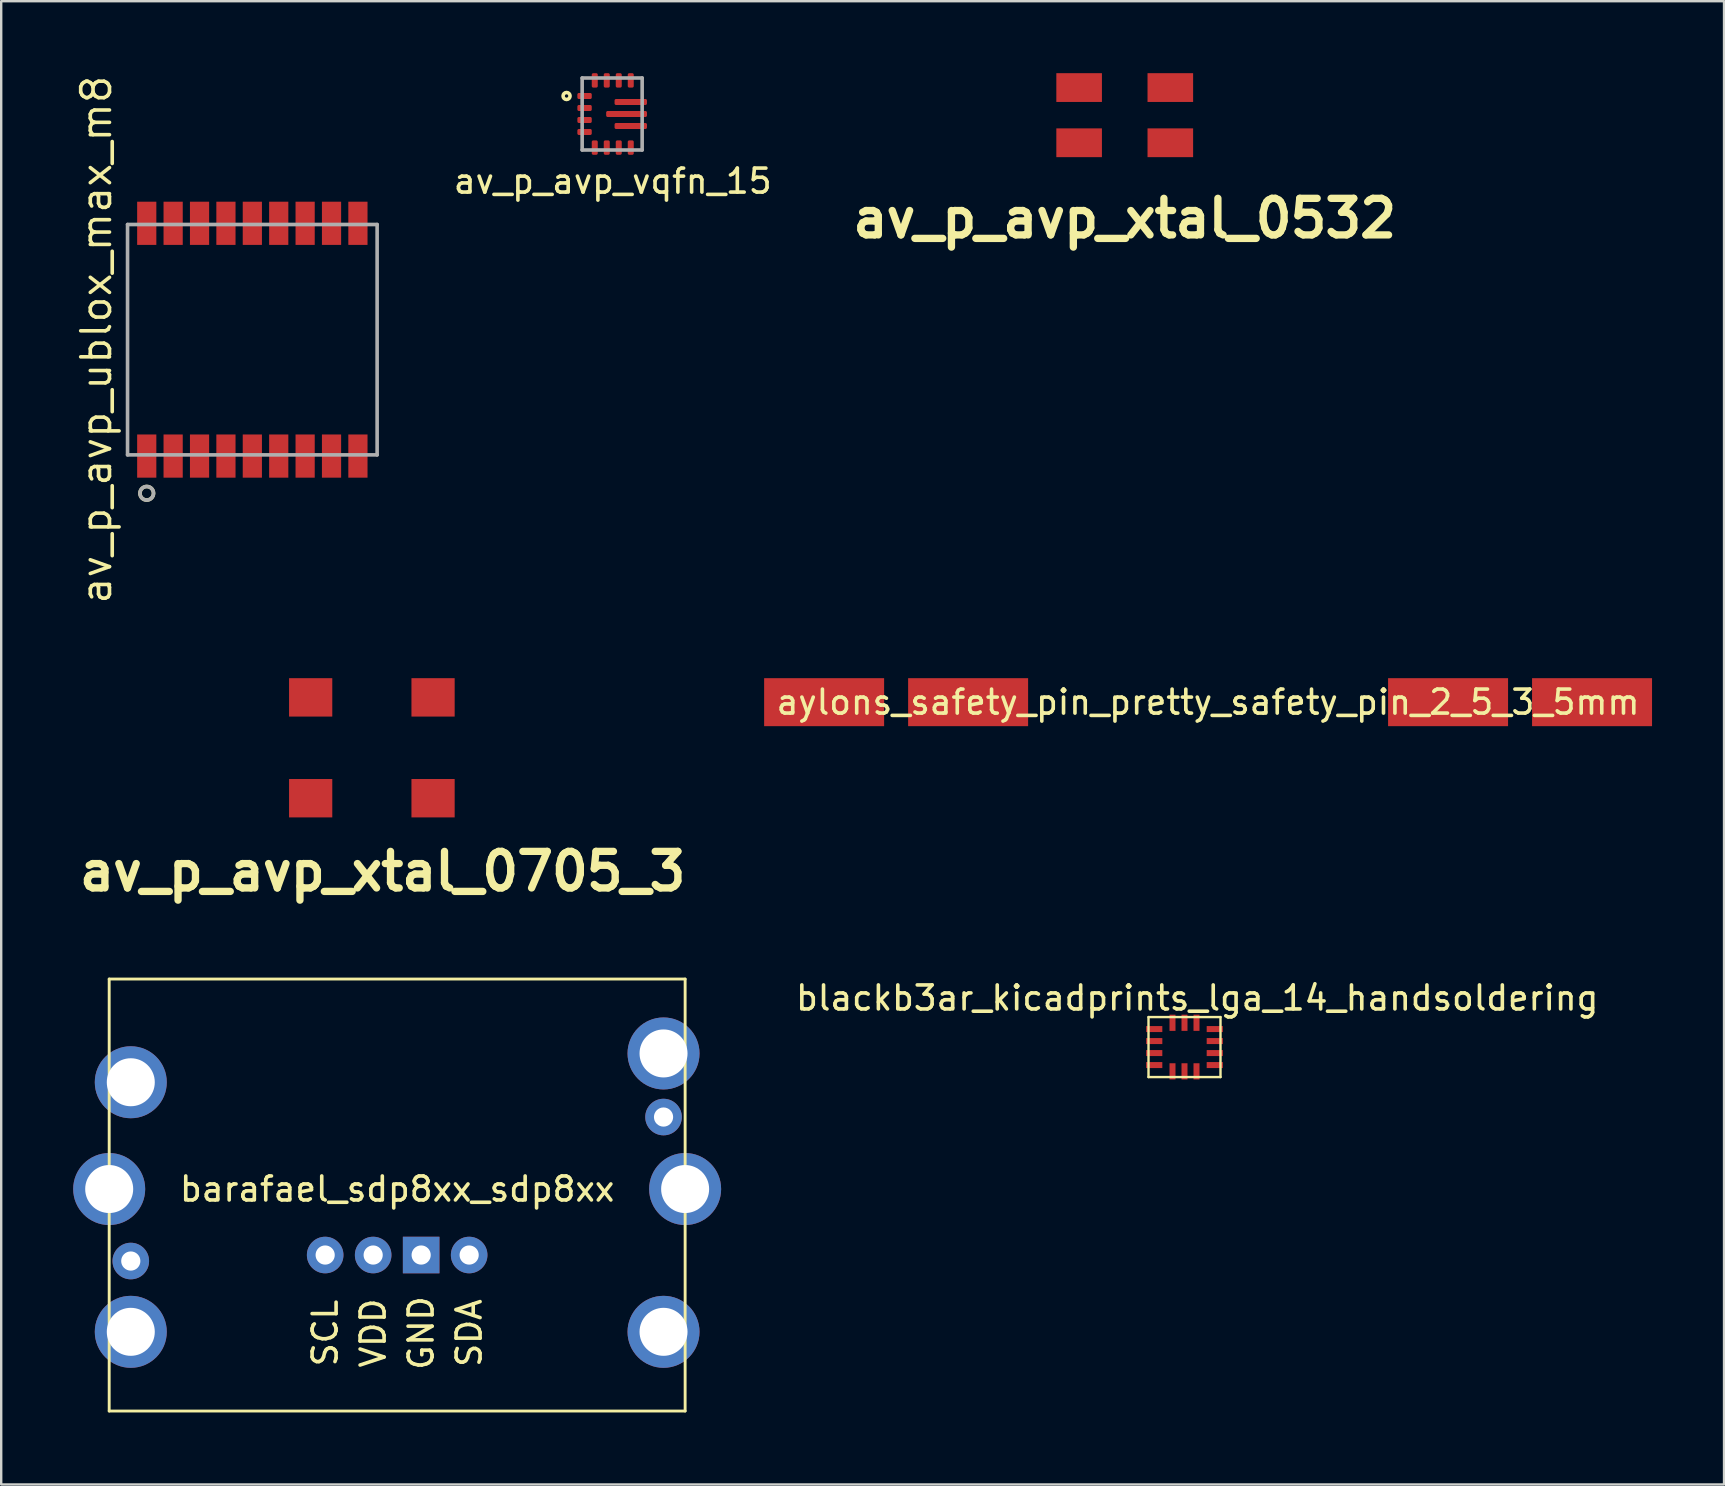
<source format=kicad_pcb>
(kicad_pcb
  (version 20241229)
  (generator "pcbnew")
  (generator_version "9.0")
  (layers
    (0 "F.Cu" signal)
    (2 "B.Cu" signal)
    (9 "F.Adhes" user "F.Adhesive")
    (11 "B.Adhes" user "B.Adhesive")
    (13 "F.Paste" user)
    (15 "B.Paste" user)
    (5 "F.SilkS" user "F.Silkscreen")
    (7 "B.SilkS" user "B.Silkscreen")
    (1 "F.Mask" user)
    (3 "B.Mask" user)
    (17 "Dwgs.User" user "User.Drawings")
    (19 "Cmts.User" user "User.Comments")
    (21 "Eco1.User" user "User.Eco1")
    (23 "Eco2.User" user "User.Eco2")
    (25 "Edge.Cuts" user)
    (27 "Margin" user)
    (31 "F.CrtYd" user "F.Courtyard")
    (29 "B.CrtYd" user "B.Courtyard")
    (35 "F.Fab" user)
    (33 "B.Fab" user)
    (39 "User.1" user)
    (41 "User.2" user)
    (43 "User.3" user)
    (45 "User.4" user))
  (footprint "av_p_avp_vqfn_15"
    (layer "F.Cu")
    (at 22.459 1.7)
    (property "Reference" "av_p_avp_vqfn_15" (at 0.025 2.8 0) (layer "F.SilkS") (effects (font (size 1 1) (thickness 0.15))))
    (attr through_hole)
    (fp_poly (pts (xy 0.3 -1.175) (xy 0.75 -1.175) (xy 0.75 -1.275) (xy 0.3 -1.275)) (stroke (width 0.15) (type solid)) (fill yes) (layer "F.Mask"))
    (fp_poly (pts (xy 0.325 1.275) (xy 0.775 1.275) (xy 0.775 1.175) (xy 0.325 1.175)) (stroke (width 0.15) (type solid)) (fill yes) (layer "F.Mask"))
    (fp_circle (center -1.9 -0.75) (end -1.85 -0.7) (stroke (width 0.15) (type solid)) (fill no) (layer "F.SilkS"))
    (fp_line (start -1.25 -1.5) (end 1.25 -1.5) (stroke (width 0.15) (type solid)) (layer "F.Fab"))
    (fp_line (start -1.25 1.5) (end -1.25 -1.5) (stroke (width 0.15) (type solid)) (layer "F.Fab"))
    (fp_line (start 1.25 -1.5) (end 1.25 1.5) (stroke (width 0.15) (type solid)) (layer "F.Fab"))
    (fp_line (start 1.25 1.5) (end -1.25 1.5) (stroke (width 0.15) (type solid)) (layer "F.Fab"))
    (pad "1" smd roundrect (at -1.15 -0.75) (size 0.6 0.25) (layers "F.Cu" "F.Mask" "F.Paste") (roundrect_rratio 0.25))
    (pad "2" smd roundrect (at -1.15 -0.25) (size 0.6 0.25) (layers "F.Cu" "F.Mask" "F.Paste") (roundrect_rratio 0.25))
    (pad "3" smd roundrect (at -1.15 0.25) (size 0.6 0.25) (layers "F.Cu" "F.Mask" "F.Paste") (roundrect_rratio 0.25))
    (pad "4" smd roundrect (at -1.15 0.75) (size 0.6 0.25) (layers "F.Cu" "F.Mask" "F.Paste") (roundrect_rratio 0.25))
    (pad "5" smd roundrect (at -0.725 1.4 90) (size 0.6 0.25) (layers "F.Cu" "F.Mask" "F.Paste") (roundrect_rratio 0.25))
    (pad "6" smd roundrect (at -0.225 1.4 90) (size 0.6 0.25) (layers "F.Cu" "F.Mask" "F.Paste") (roundrect_rratio 0.25))
    (pad "7" smd roundrect (at 0.275 1.4 90) (size 0.6 0.25) (layers "F.Cu" "F.Mask" "F.Paste") (roundrect_rratio 0.25))
    (pad "8" smd roundrect (at 0.775 1.4 90) (size 0.6 0.25) (layers "F.Cu" "F.Mask" "F.Paste") (roundrect_rratio 0.25))
    (pad "9" smd roundrect (at 0.775 0.5) (size 1.35 0.25) (layers "F.Cu" "F.Mask" "F.Paste") (roundrect_rratio 0.25))
    (pad "10" smd roundrect (at 0.6 0) (size 1.7 0.25) (layers "F.Cu" "F.Mask" "F.Paste") (roundrect_rratio 0.25))
    (pad "11" smd roundrect (at 0.775 -0.5) (size 1.35 0.25) (layers "F.Cu" "F.Mask" "F.Paste") (roundrect_rratio 0.25))
    (pad "12" smd roundrect (at 0.775 -1.4 90) (size 0.6 0.25) (layers "F.Cu" "F.Mask" "F.Paste") (roundrect_rratio 0.25))
    (pad "13" smd roundrect (at 0.275 -1.4 90) (size 0.6 0.25) (layers "F.Cu" "F.Mask" "F.Paste") (roundrect_rratio 0.25))
    (pad "14" smd roundrect (at -0.225 -1.4 90) (size 0.6 0.25) (layers "F.Cu" "F.Mask" "F.Paste") (roundrect_rratio 0.25))
    (pad "15" smd roundrect (at -0.725 -1.4 90) (size 0.6 0.25) (layers "F.Cu" "F.Mask" "F.Paste") (roundrect_rratio 0.25)))
  (footprint "av_p_avp_xtal_0532"
    (layer "F.Cu")
    (at 43.818 1.749)
    (property "Reference" "av_p_avp_xtal_0532" (at 0 4.3 0) (layer "F.SilkS") (effects (font (size 1.524 1.524) (thickness 0.305))))
    (attr through_hole)
    (pad "1" smd rect (at -1.9 1.15 180) (size 1.9 1.199) (layers "F.Cu" "F.Mask" "F.Paste"))
    (pad "2" smd rect (at 1.9 1.15 180) (size 1.9 1.199) (layers "F.Cu" "F.Mask" "F.Paste"))
    (pad "3" smd rect (at 1.9 -1.15 180) (size 1.9 1.199) (layers "F.Cu" "F.Mask" "F.Paste"))
    (pad "4" smd rect (at -1.9 -1.15 180) (size 1.9 1.199) (layers "F.Cu" "F.Mask" "F.Paste")))
  (footprint "av_p_avp_ublox_max_m8"
    (layer "F.Cu")
    (at 7.465 11.105)
    (property "Reference" "av_p_avp_ublox_max_m8" (at -6.5 0 90) (layer "F.SilkS") (effects (font (size 1.2 1.2) (thickness 0.15))))
    (attr through_hole)
    (fp_circle (center -4.4 6.4) (end -4.2 6.6) (stroke (width 0.15) (type solid)) (fill no) (layer "F.SilkS"))
    (fp_line (start -5.2 -4.8) (end 5.2 -4.8) (stroke (width 0.15) (type solid)) (layer "F.Fab"))
    (fp_line (start -5.2 4.8) (end -5.2 -4.8) (stroke (width 0.15) (type solid)) (layer "F.Fab"))
    (fp_line (start 5.2 -4.8) (end 5.2 4.8) (stroke (width 0.15) (type solid)) (layer "F.Fab"))
    (fp_line (start 5.2 4.8) (end -5.2 4.8) (stroke (width 0.15) (type solid)) (layer "F.Fab"))
    (fp_circle (center -4.4 6.4) (end -4.2 6.6) (stroke (width 0.15) (type solid)) (fill no) (layer "F.Fab"))
    (pad "1" smd rect (at -4.4 4.85) (size 0.8 1.8) (layers "F.Cu" "F.Mask" "F.Paste"))
    (pad "2" smd rect (at -3.3 4.85) (size 0.8 1.8) (layers "F.Cu" "F.Mask" "F.Paste"))
    (pad "3" smd rect (at -2.2 4.85) (size 0.8 1.8) (layers "F.Cu" "F.Mask" "F.Paste"))
    (pad "4" smd rect (at -1.1 4.85) (size 0.8 1.8) (layers "F.Cu" "F.Mask" "F.Paste"))
    (pad "5" smd rect (at 0 4.85) (size 0.8 1.8) (layers "F.Cu" "F.Mask" "F.Paste"))
    (pad "6" smd rect (at 1.1 4.85) (size 0.8 1.8) (layers "F.Cu" "F.Mask" "F.Paste"))
    (pad "7" smd rect (at 2.2 4.85) (size 0.8 1.8) (layers "F.Cu" "F.Mask" "F.Paste"))
    (pad "8" smd rect (at 3.3 4.85) (size 0.8 1.8) (layers "F.Cu" "F.Mask" "F.Paste"))
    (pad "9" smd rect (at 4.4 4.85) (size 0.8 1.8) (layers "F.Cu" "F.Mask" "F.Paste"))
    (pad "10" smd rect (at 4.4 -4.85) (size 0.8 1.8) (layers "F.Cu" "F.Mask" "F.Paste"))
    (pad "11" smd rect (at 3.3 -4.85) (size 0.8 1.8) (layers "F.Cu" "F.Mask" "F.Paste"))
    (pad "12" smd rect (at 2.2 -4.85) (size 0.8 1.8) (layers "F.Cu" "F.Mask" "F.Paste"))
    (pad "13" smd rect (at 1.1 -4.85) (size 0.8 1.8) (layers "F.Cu" "F.Mask" "F.Paste"))
    (pad "14" smd rect (at 0 -4.85) (size 0.8 1.8) (layers "F.Cu" "F.Mask" "F.Paste"))
    (pad "15" smd rect (at -1.1 -4.85) (size 0.8 1.8) (layers "F.Cu" "F.Mask" "F.Paste"))
    (pad "16" smd rect (at -2.2 -4.85) (size 0.8 1.8) (layers "F.Cu" "F.Mask" "F.Paste"))
    (pad "17" smd rect (at -3.3 -4.85) (size 0.8 1.8) (layers "F.Cu" "F.Mask" "F.Paste"))
    (pad "18" smd rect (at -4.4 -4.85) (size 0.8 1.8) (layers "F.Cu" "F.Mask" "F.Paste")))
  (footprint "blackb3ar_kicadprints_lga_14_handsoldering"
    (layer "F.Cu")
    (at 46.309 40.582)
    (property "Reference" "blackb3ar_kicadprints_lga_14_handsoldering" (at 0.53 -2.045 0) (layer "F.SilkS") (effects (font (size 1 1) (thickness 0.15))))
    (attr through_hole)
    (fp_line (start -1.5 -1.25) (end -1.5 1.25) (stroke (width 0.1) (type solid)) (layer "F.SilkS"))
    (fp_line (start -1.5 -1.25) (end 1.5 -1.25) (stroke (width 0.1) (type solid)) (layer "F.SilkS"))
    (fp_line (start -1.5 1.25) (end 1.5 1.25) (stroke (width 0.1) (type solid)) (layer "F.SilkS"))
    (fp_line (start 1.5 -1.25) (end 1.5 1.25) (stroke (width 0.1) (type solid)) (layer "F.SilkS"))
    (pad "1" smd rect (at -1.262 -0.75 90) (size 0.25 0.675) (layers "F.Cu" "F.Mask" "F.Paste"))
    (pad "2" smd rect (at -1.262 -0.25 90) (size 0.25 0.675) (layers "F.Cu" "F.Mask" "F.Paste"))
    (pad "3" smd rect (at -1.262 0.25 90) (size 0.25 0.675) (layers "F.Cu" "F.Mask" "F.Paste"))
    (pad "4" smd rect (at -1.262 0.75 90) (size 0.25 0.675) (layers "F.Cu" "F.Mask" "F.Paste"))
    (pad "5" smd rect (at -0.5 1.012 180) (size 0.25 0.675) (layers "F.Cu" "F.Mask" "F.Paste"))
    (pad "6" smd rect (at 0 1.012 180) (size 0.25 0.675) (layers "F.Cu" "F.Mask" "F.Paste"))
    (pad "7" smd rect (at 0.5 1.012 180) (size 0.25 0.675) (layers "F.Cu" "F.Mask" "F.Paste"))
    (pad "8" smd rect (at 1.262 0.75 90) (size 0.25 0.675) (layers "F.Cu" "F.Mask" "F.Paste"))
    (pad "9" smd rect (at 1.262 0.25 90) (size 0.25 0.675) (layers "F.Cu" "F.Mask" "F.Paste"))
    (pad "10" smd rect (at 1.262 -0.25 90) (size 0.25 0.675) (layers "F.Cu" "F.Mask" "F.Paste"))
    (pad "11" smd rect (at 1.262 -0.75 90) (size 0.25 0.675) (layers "F.Cu" "F.Mask" "F.Paste"))
    (pad "12" smd rect (at 0.5 -1.012 180) (size 0.25 0.675) (layers "F.Cu" "F.Mask" "F.Paste"))
    (pad "13" smd rect (at 0 -1.012 180) (size 0.25 0.675) (layers "F.Cu" "F.Mask" "F.Paste"))
    (pad "14" smd rect (at -0.5 -1.012 180) (size 0.25 0.675) (layers "F.Cu" "F.Mask" "F.Paste")))
  (footprint "barafael_sdp8xx_sdp8xx"
    (layer "F.Cu")
    (at 13.5 46.498)
    (property "Reference" "barafael_sdp8xx_sdp8xx" (at 0 0 0) (layer "F.SilkS") (effects (font (size 1 1) (thickness 0.15))))
    (attr through_hole)
    (fp_line (start -12 -8.75) (end -12 9.25) (stroke (width 0.12) (type solid)) (layer "F.SilkS"))
    (fp_line (start -12 -8.75) (end 12 -8.75) (stroke (width 0.12) (type solid)) (layer "F.SilkS"))
    (fp_line (start 12 -8.75) (end 12 9.25) (stroke (width 0.12) (type solid)) (layer "F.SilkS"))
    (fp_line (start 12 9.25) (end -12 9.25) (stroke (width 0.12) (type solid)) (layer "F.SilkS"))
    (fp_text user "GND" (at 1 6 270) (layer "F.SilkS") (effects (font (size 1 1) (thickness 0.15))))
    (fp_text user "SCL" (at -3 6 270) (layer "F.SilkS") (effects (font (size 1 1) (thickness 0.15))))
    (fp_text user "VDD" (at -1 6 270) (layer "F.SilkS") (effects (font (size 1 1) (thickness 0.15))))
    (fp_text user "SDA" (at 3 6 270) (layer "F.SilkS") (effects (font (size 1 1) (thickness 0.15))))
    (pad "" np_thru_hole circle (at -12 0) (size 3 3) (drill 2) (layers "*.Cu" "*.Mask"))
    (pad "" np_thru_hole circle (at -11.1 -4.45) (size 3 3) (drill 2) (layers "*.Cu" "*.Mask"))
    (pad "" np_thru_hole circle (at -11.1 3) (size 1.524 1.524) (drill 0.8) (layers "*.Cu" "*.Mask"))
    (pad "" np_thru_hole circle (at -11.1 5.95) (size 3 3) (drill 2) (layers "*.Cu" "*.Mask"))
    (pad "" np_thru_hole circle (at 11.1 -5.65) (size 3 3) (drill 2) (layers "*.Cu" "*.Mask"))
    (pad "" np_thru_hole circle (at 11.1 -3) (size 1.524 1.524) (drill 0.8) (layers "*.Cu" "*.Mask"))
    (pad "" np_thru_hole circle (at 11.1 5.95) (size 3 3) (drill 2) (layers "*.Cu" "*.Mask"))
    (pad "" np_thru_hole circle (at 12 0) (size 3 3) (drill 2) (layers "*.Cu" "*.Mask"))
    (pad "0" thru_hole rect (at 1 2.75) (size 1.524 1.524) (drill 0.8) (layers "*.Cu" "*.Mask"))
    (pad "1" thru_hole circle (at -1 2.75) (size 1.524 1.524) (drill 0.8) (layers "*.Cu" "*.Mask"))
    (pad "2" thru_hole circle (at 3 2.75) (size 1.524 1.524) (drill 0.8) (layers "*.Cu" "*.Mask"))
    (pad "3" thru_hole circle (at -3 2.75) (size 1.524 1.524) (drill 0.8) (layers "*.Cu" "*.Mask")))
  (footprint "aylons_safety_pin_pretty_safety_pin_2_5_3_5mm"
    (layer "F.Cu")
    (at 47.292 26.21)
    (property "Reference" "aylons_safety_pin_pretty_safety_pin_2_5_3_5mm" (at 0 0 0) (layer "F.SilkS") (effects (font (size 1 1) (thickness 0.15))))
    (attr through_hole)
    (pad "1" smd rect (at -16 0) (size 5 2) (layers "F.Cu" "F.Mask" "F.Paste"))
    (pad "1" smd rect (at -10 0) (size 5 2) (layers "F.Cu" "F.Mask" "F.Paste"))
    (pad "1" smd rect (at 10 0) (size 5 2) (layers "F.Cu" "F.Mask" "F.Paste"))
    (pad "1" smd rect (at 16 0) (size 5 2) (layers "F.Cu" "F.Mask" "F.Paste")))
  (footprint "av_p_avp_xtal_0705_3"
    (layer "F.Cu")
    (at 12.446 28.111)
    (property "Reference" "av_p_avp_xtal_0705_3" (at 0.45 5.151 0) (layer "F.SilkS") (effects (font (size 1.524 1.524) (thickness 0.305))))
    (attr through_hole)
    (pad "1" smd rect (at -2.55 2.101) (size 1.801 1.6) (layers "F.Cu" "F.Mask" "F.Paste"))
    (pad "2" smd rect (at 2.55 2.101) (size 1.801 1.6) (layers "F.Cu" "F.Mask" "F.Paste"))
    (pad "3" smd rect (at 2.55 -2.101) (size 1.801 1.6) (layers "F.Cu" "F.Mask" "F.Paste"))
    (pad "4" smd rect (at -2.55 -2.101) (size 1.801 1.6) (layers "F.Cu" "F.Mask" "F.Paste")))
  (gr_rect
    (start -3 -3)
    (end 68.792 58.808)
    (stroke (width 0.1) (type default))
    (fill no)
    (layer "Edge.Cuts")))
</source>
